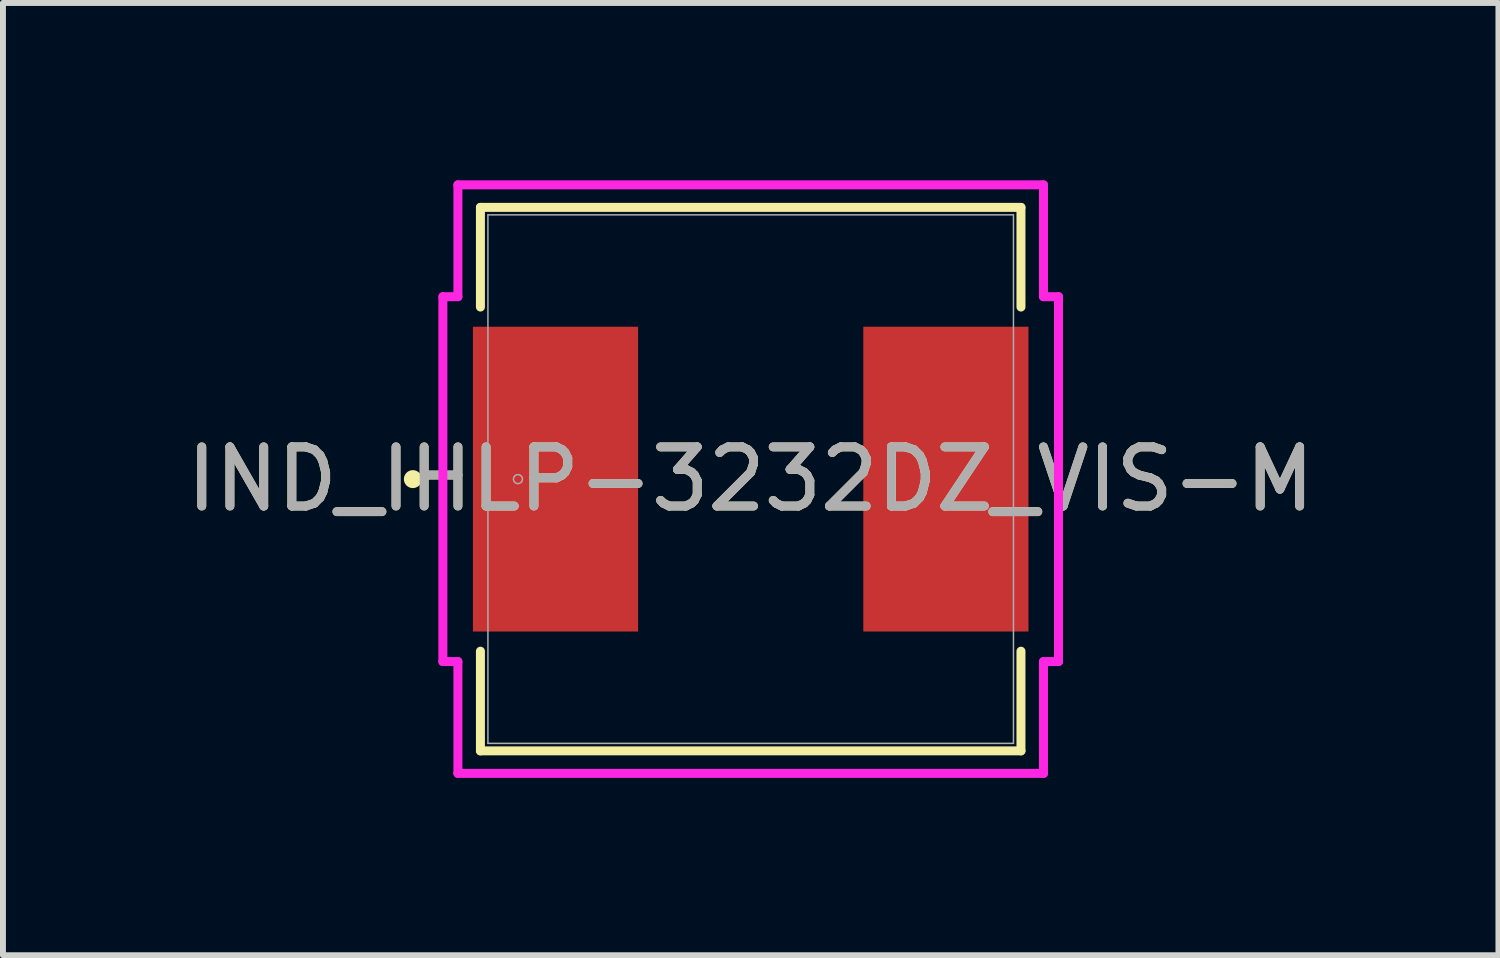
<source format=kicad_pcb>
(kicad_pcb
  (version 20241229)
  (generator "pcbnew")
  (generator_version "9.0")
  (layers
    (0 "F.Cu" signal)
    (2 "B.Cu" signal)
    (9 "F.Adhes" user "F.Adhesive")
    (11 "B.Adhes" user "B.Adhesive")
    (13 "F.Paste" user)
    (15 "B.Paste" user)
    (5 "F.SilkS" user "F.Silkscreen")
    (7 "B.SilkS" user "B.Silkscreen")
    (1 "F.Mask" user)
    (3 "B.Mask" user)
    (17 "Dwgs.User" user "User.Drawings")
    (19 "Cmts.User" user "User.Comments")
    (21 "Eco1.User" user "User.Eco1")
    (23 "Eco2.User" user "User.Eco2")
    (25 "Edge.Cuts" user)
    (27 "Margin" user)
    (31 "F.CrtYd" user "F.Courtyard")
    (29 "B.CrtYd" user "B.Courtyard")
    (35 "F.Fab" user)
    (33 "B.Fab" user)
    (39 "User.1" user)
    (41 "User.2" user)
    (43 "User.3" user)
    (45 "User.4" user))
  (footprint "IND_IHLP-3232DZ_VIS-M"
    (layer "F.Cu")
    (at 9.649 5.055)
    (property "Reference" "IND_IHLP-3232DZ_VIS-M" (at 0 0 0) (unlocked yes) (layer "F.SilkS") (effects (font (size 1 1) (thickness 0.15))))
    (attr smd)
    (fp_line (start -4.572 -4.597) (end -4.572 -2.911) (stroke (width 0.152) (type solid)) (layer "F.SilkS"))
    (fp_line (start -4.572 2.911) (end -4.572 4.597) (stroke (width 0.152) (type solid)) (layer "F.SilkS"))
    (fp_line (start -4.572 4.597) (end 4.572 4.597) (stroke (width 0.152) (type solid)) (layer "F.SilkS"))
    (fp_line (start 4.572 -4.597) (end -4.572 -4.597) (stroke (width 0.152) (type solid)) (layer "F.SilkS"))
    (fp_line (start 4.572 -2.911) (end 4.572 -4.597) (stroke (width 0.152) (type solid)) (layer "F.SilkS"))
    (fp_line (start 4.572 4.597) (end 4.572 2.911) (stroke (width 0.152) (type solid)) (layer "F.SilkS"))
    (fp_circle (center -5.715 0) (end -5.639 0) (stroke (width 0.152) (type solid)) (fill no) (layer "F.SilkS"))
    (fp_line (start -5.207 -3.086) (end -4.953 -3.086) (stroke (width 0.152) (type solid)) (layer "F.CrtYd"))
    (fp_line (start -5.207 3.086) (end -5.207 -3.086) (stroke (width 0.152) (type solid)) (layer "F.CrtYd"))
    (fp_line (start -4.953 -4.978) (end 4.953 -4.978) (stroke (width 0.152) (type solid)) (layer "F.CrtYd"))
    (fp_line (start -4.953 -3.086) (end -4.953 -4.978) (stroke (width 0.152) (type solid)) (layer "F.CrtYd"))
    (fp_line (start -4.953 3.086) (end -5.207 3.086) (stroke (width 0.152) (type solid)) (layer "F.CrtYd"))
    (fp_line (start -4.953 4.978) (end -4.953 3.086) (stroke (width 0.152) (type solid)) (layer "F.CrtYd"))
    (fp_line (start 4.953 -4.978) (end 4.953 -3.086) (stroke (width 0.152) (type solid)) (layer "F.CrtYd"))
    (fp_line (start 4.953 -3.086) (end 5.207 -3.086) (stroke (width 0.152) (type solid)) (layer "F.CrtYd"))
    (fp_line (start 4.953 3.086) (end 4.953 4.978) (stroke (width 0.152) (type solid)) (layer "F.CrtYd"))
    (fp_line (start 4.953 4.978) (end -4.953 4.978) (stroke (width 0.152) (type solid)) (layer "F.CrtYd"))
    (fp_line (start 5.207 -3.086) (end 5.207 3.086) (stroke (width 0.152) (type solid)) (layer "F.CrtYd"))
    (fp_line (start 5.207 3.086) (end 4.953 3.086) (stroke (width 0.152) (type solid)) (layer "F.CrtYd"))
    (fp_line (start -4.445 -4.47) (end -4.445 4.47) (stroke (width 0.025) (type solid)) (layer "F.Fab"))
    (fp_line (start -4.445 4.47) (end 4.445 4.47) (stroke (width 0.025) (type solid)) (layer "F.Fab"))
    (fp_line (start 4.445 -4.47) (end -4.445 -4.47) (stroke (width 0.025) (type solid)) (layer "F.Fab"))
    (fp_line (start 4.445 4.47) (end 4.445 -4.47) (stroke (width 0.025) (type solid)) (layer "F.Fab"))
    (fp_circle (center -3.937 0) (end -3.861 0) (stroke (width 0.025) (type solid)) (fill no) (layer "F.Fab"))
    (fp_text user "${REFERENCE}" (at 0 0 0) (unlocked yes) (layer "F.Fab") (effects (font (size 1 1) (thickness 0.15))))
    (pad "1" smd rect (at -3.302 0 90) (size 5.156 2.794) (layers "F.Cu" "F.Mask" "F.Paste"))
    (pad "2" smd rect (at 3.302 0 90) (size 5.156 2.794) (layers "F.Cu" "F.Mask" "F.Paste"))
    (zone (net_name "") (layer "F.Cu") (hatch full 0.508) (connect_pads) (min_thickness 0.254) (filled_areas_thickness no) (keepout (tracks not_allowed) (vias not_allowed) (pads allowed) (copperpour not_allowed) (footprints allowed)) (placement (enabled no)) (fill) (polygon (pts (xy 5.255 0.635) (xy 14.043 0.635) (xy 14.043 2.426) (xy 5.255 2.426))))
    (zone (net_name "") (layer "F.Cu") (hatch full 0.508) (connect_pads) (min_thickness 0.254) (filled_areas_thickness no) (keepout (tracks not_allowed) (vias not_allowed) (pads allowed) (copperpour not_allowed) (footprints allowed)) (placement (enabled no)) (fill) (polygon (pts (xy 5.255 7.684) (xy 14.043 7.684) (xy 14.043 9.474) (xy 5.255 9.474))))
    (zone (net_name "") (layer "F.Cu") (hatch full 0.508) (connect_pads) (min_thickness 0.254) (filled_areas_thickness no) (keepout (tracks not_allowed) (vias not_allowed) (pads allowed) (copperpour not_allowed) (footprints allowed)) (placement (enabled no)) (fill) (polygon (pts (xy 7.795 2.426) (xy 11.503 2.426) (xy 11.503 7.684) (xy 7.795 7.684)))))
  (gr_rect
    (start -3 -3)
    (end 22.298 13.109)
    (stroke (width 0.1) (type default))
    (fill no)
    (layer "Edge.Cuts")))
</source>
